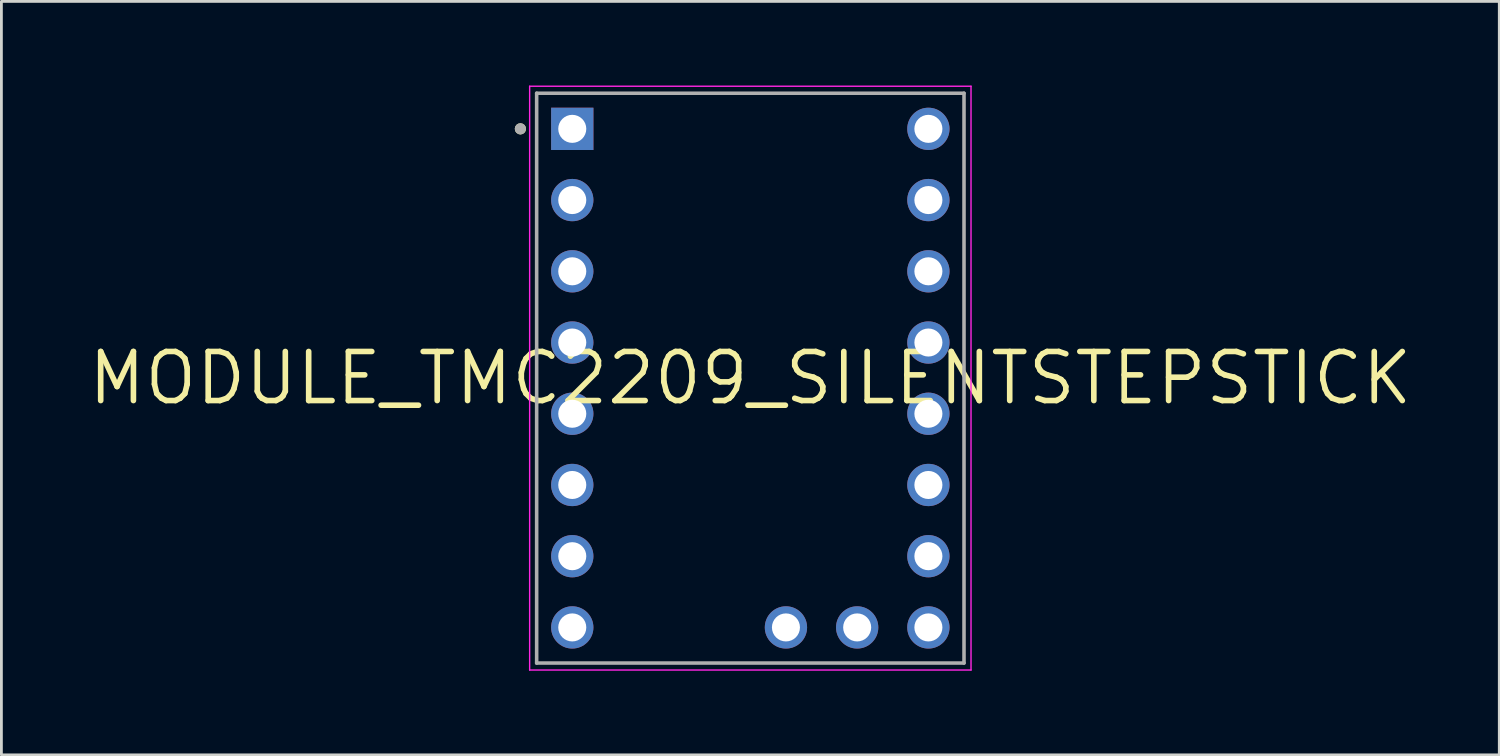
<source format=kicad_pcb>
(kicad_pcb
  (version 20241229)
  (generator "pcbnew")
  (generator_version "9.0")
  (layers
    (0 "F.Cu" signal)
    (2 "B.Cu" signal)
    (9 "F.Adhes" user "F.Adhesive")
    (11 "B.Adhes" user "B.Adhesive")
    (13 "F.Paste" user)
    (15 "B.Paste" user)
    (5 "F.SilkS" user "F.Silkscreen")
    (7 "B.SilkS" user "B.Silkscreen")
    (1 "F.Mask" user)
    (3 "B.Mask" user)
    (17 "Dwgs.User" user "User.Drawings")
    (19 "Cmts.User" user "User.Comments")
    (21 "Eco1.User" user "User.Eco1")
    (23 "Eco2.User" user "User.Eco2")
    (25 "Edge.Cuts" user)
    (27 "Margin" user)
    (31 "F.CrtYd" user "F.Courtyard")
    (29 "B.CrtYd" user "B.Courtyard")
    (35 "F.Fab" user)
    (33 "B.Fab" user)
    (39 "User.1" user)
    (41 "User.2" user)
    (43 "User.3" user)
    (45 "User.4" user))
  (footprint "MODULE_TMC2209_SILENTSTEPSTICK"
    (layer "F.Cu")
    (at 23.708 10.435)
    (property "Reference" "MODULE_TMC2209_SILENTSTEPSTICK" (at 0 0 0) (layer "F.SilkS") (effects (font (size 1.75 1.75) (thickness 0.2))))
    (attr through_hole)
    (fp_circle (center -8.2 -8.89) (end -8.1 -8.89) (stroke (width 0.2) (type solid)) (fill no) (layer "F.SilkS"))
    (fp_line (start -7.87 -10.41) (end 7.87 -10.41) (stroke (width 0.05) (type solid)) (layer "F.CrtYd"))
    (fp_line (start -7.87 10.41) (end -7.87 -10.41) (stroke (width 0.05) (type solid)) (layer "F.CrtYd"))
    (fp_line (start 7.87 -10.41) (end 7.87 10.41) (stroke (width 0.05) (type solid)) (layer "F.CrtYd"))
    (fp_line (start 7.87 10.41) (end -7.87 10.41) (stroke (width 0.05) (type solid)) (layer "F.CrtYd"))
    (fp_line (start -7.62 -10.16) (end 7.62 -10.16) (stroke (width 0.127) (type solid)) (layer "F.Fab"))
    (fp_line (start -7.62 10.16) (end -7.62 -10.16) (stroke (width 0.127) (type solid)) (layer "F.Fab"))
    (fp_line (start 7.62 -10.16) (end 7.62 10.16) (stroke (width 0.127) (type solid)) (layer "F.Fab"))
    (fp_line (start 7.62 10.16) (end -7.62 10.16) (stroke (width 0.127) (type solid)) (layer "F.Fab"))
    (fp_circle (center -8.2 -8.89) (end -8.1 -8.89) (stroke (width 0.2) (type solid)) (fill no) (layer "F.Fab"))
    (pad "1" thru_hole rect (at -6.35 -8.89) (size 1.508 1.508) (drill 1) (layers "*.Cu" "*.Mask"))
    (pad "2" thru_hole circle (at -6.35 -6.35) (size 1.508 1.508) (drill 1) (layers "*.Cu" "*.Mask"))
    (pad "3" thru_hole circle (at -6.35 -3.81) (size 1.508 1.508) (drill 1) (layers "*.Cu" "*.Mask"))
    (pad "4" thru_hole circle (at -6.35 -1.27) (size 1.508 1.508) (drill 1) (layers "*.Cu" "*.Mask"))
    (pad "5" thru_hole circle (at -6.35 1.27) (size 1.508 1.508) (drill 1) (layers "*.Cu" "*.Mask"))
    (pad "6" thru_hole circle (at -6.35 3.81) (size 1.508 1.508) (drill 1) (layers "*.Cu" "*.Mask"))
    (pad "7" thru_hole circle (at -6.35 6.35) (size 1.508 1.508) (drill 1) (layers "*.Cu" "*.Mask"))
    (pad "8" thru_hole circle (at -6.35 8.89) (size 1.508 1.508) (drill 1) (layers "*.Cu" "*.Mask"))
    (pad "9" thru_hole circle (at 6.35 -8.89) (size 1.508 1.508) (drill 1) (layers "*.Cu" "*.Mask"))
    (pad "10" thru_hole circle (at 6.35 -6.35) (size 1.508 1.508) (drill 1) (layers "*.Cu" "*.Mask"))
    (pad "11" thru_hole circle (at 6.35 -3.81) (size 1.508 1.508) (drill 1) (layers "*.Cu" "*.Mask"))
    (pad "12" thru_hole circle (at 6.35 -1.27) (size 1.508 1.508) (drill 1) (layers "*.Cu" "*.Mask"))
    (pad "13" thru_hole circle (at 6.35 1.27) (size 1.508 1.508) (drill 1) (layers "*.Cu" "*.Mask"))
    (pad "14" thru_hole circle (at 6.35 3.81) (size 1.508 1.508) (drill 1) (layers "*.Cu" "*.Mask"))
    (pad "15" thru_hole circle (at 6.35 6.35) (size 1.508 1.508) (drill 1) (layers "*.Cu" "*.Mask"))
    (pad "16" thru_hole circle (at 6.35 8.89) (size 1.508 1.508) (drill 1) (layers "*.Cu" "*.Mask"))
    (pad "17" thru_hole circle (at 1.27 8.89) (size 1.508 1.508) (drill 1) (layers "*.Cu" "*.Mask"))
    (pad "18" thru_hole circle (at 3.81 8.89) (size 1.508 1.508) (drill 1) (layers "*.Cu" "*.Mask")))
  (gr_rect
    (start -3 -3)
    (end 50.417 23.87)
    (stroke (width 0.1) (type default))
    (fill no)
    (layer "Edge.Cuts")))
</source>
